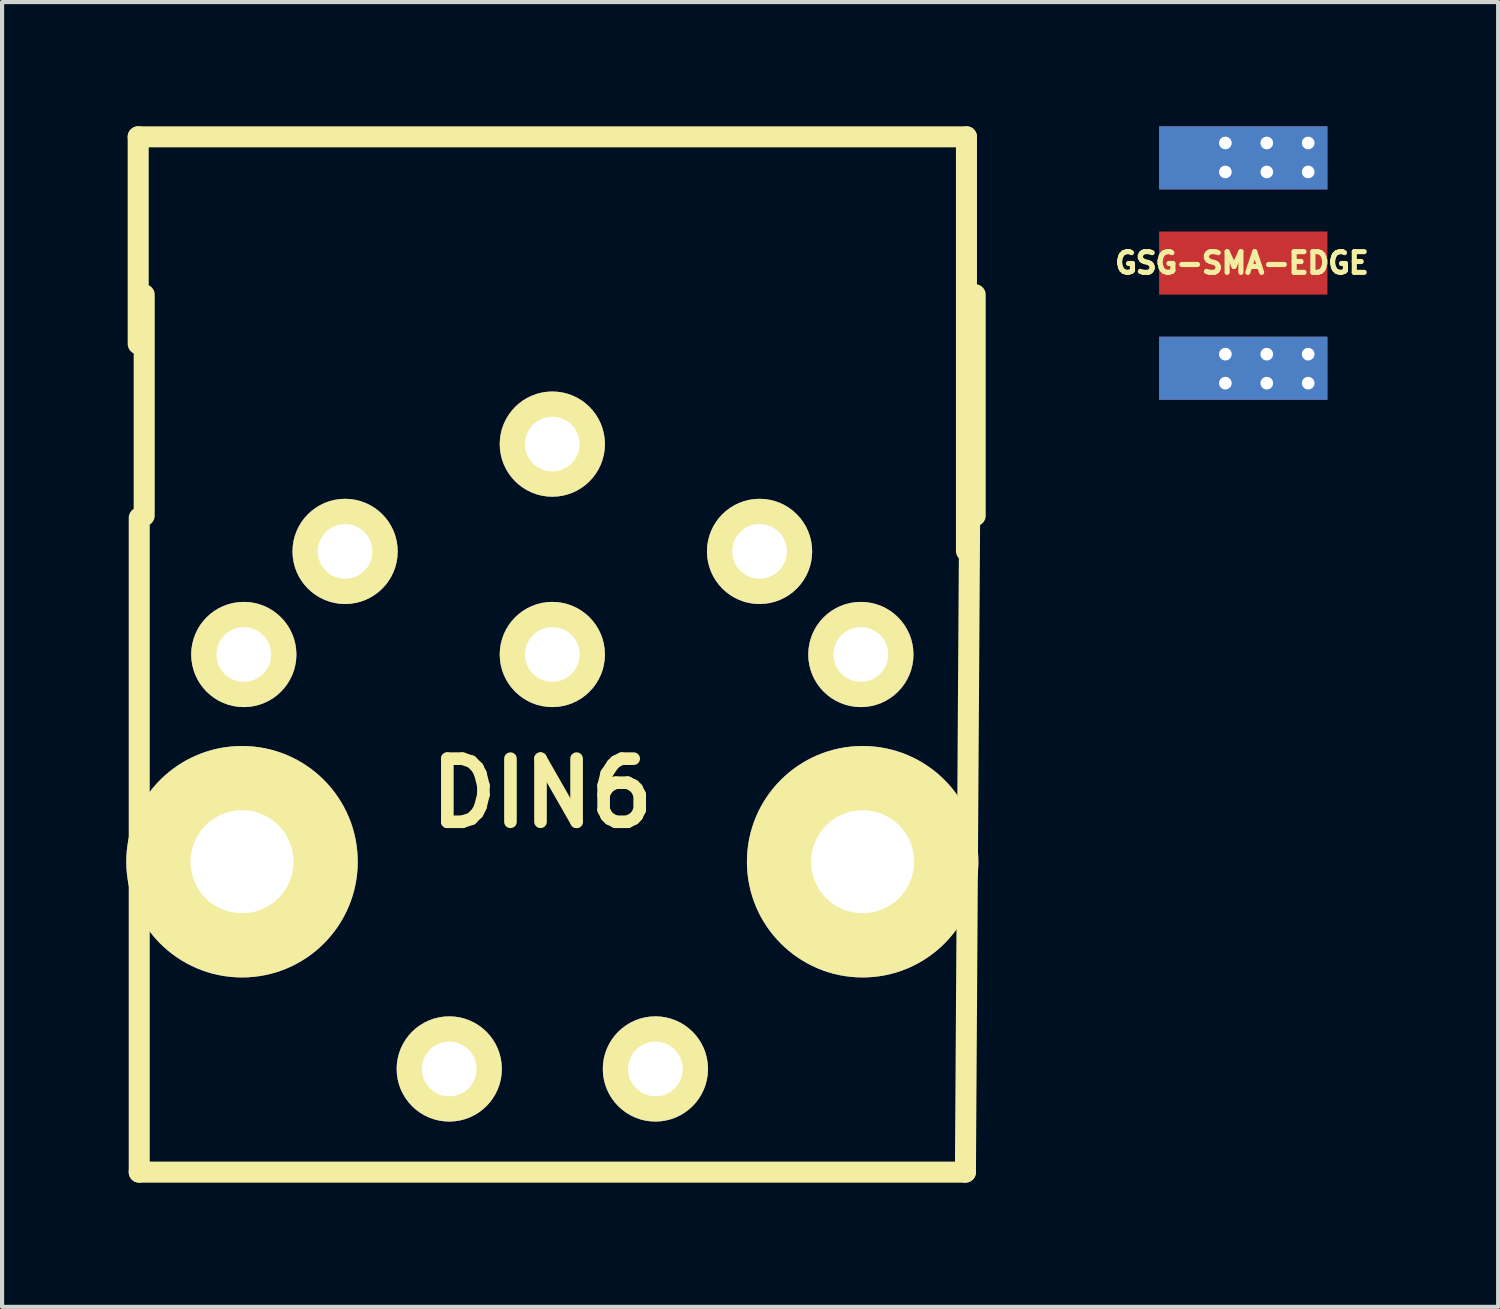
<source format=kicad_pcb>
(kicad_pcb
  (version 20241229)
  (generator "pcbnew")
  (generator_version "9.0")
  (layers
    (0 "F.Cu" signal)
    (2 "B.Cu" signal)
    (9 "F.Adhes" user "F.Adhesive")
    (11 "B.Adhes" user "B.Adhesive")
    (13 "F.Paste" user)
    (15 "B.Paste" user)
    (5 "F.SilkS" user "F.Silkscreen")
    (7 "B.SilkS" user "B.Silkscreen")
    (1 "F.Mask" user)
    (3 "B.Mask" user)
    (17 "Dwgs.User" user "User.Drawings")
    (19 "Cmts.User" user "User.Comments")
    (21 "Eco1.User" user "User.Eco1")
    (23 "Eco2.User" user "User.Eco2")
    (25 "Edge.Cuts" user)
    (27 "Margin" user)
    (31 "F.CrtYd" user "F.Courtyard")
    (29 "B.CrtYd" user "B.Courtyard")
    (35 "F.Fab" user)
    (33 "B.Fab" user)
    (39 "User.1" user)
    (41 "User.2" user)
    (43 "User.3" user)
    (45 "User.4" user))
  (footprint "GSG-SMA-EDGE"
    (layer "F.Cu")
    (at 24.939 3.302)
    (property "Reference" "GSG-SMA-EDGE" (at 1.999 0 0) (layer "F.SilkS") (effects (font (size 0.5 0.5) (thickness 0.124))))
    (attr through_hole)
    (pad "1" smd rect (at 2.032 0) (size 4.064 1.524) (layers "F.Cu" "F.Mask"))
    (pad "2" thru_hole circle (at 1.6 -2.9) (size 0.762 0.762) (drill 0.305) (layers "*.Cu" "*.Mask"))
    (pad "2" thru_hole circle (at 1.6 -2.2) (size 0.762 0.762) (drill 0.305) (layers "*.Cu" "*.Mask"))
    (pad "2" thru_hole circle (at 1.6 2.2) (size 0.762 0.762) (drill 0.305) (layers "*.Cu" "*.Mask"))
    (pad "2" thru_hole circle (at 1.6 2.9) (size 0.762 0.762) (drill 0.305) (layers "*.Cu" "*.Mask"))
    (pad "2" smd rect (at 2.032 2.54) (size 4.064 1.524) (layers "F.Cu" "F.Mask"))
    (pad "2" thru_hole circle (at 2.6 -2.9) (size 0.762 0.762) (drill 0.305) (layers "*.Cu" "*.Mask"))
    (pad "2" thru_hole circle (at 2.6 -2.2) (size 0.762 0.762) (drill 0.305) (layers "*.Cu" "*.Mask"))
    (pad "2" thru_hole circle (at 2.6 2.2) (size 0.762 0.762) (drill 0.305) (layers "*.Cu" "*.Mask"))
    (pad "2" thru_hole circle (at 2.6 2.9) (size 0.762 0.762) (drill 0.305) (layers "*.Cu" "*.Mask"))
    (pad "2" thru_hole circle (at 3.6 -2.9) (size 0.762 0.762) (drill 0.305) (layers "*.Cu" "*.Mask"))
    (pad "2" thru_hole circle (at 3.6 -2.2) (size 0.762 0.762) (drill 0.305) (layers "*.Cu" "*.Mask"))
    (pad "2" thru_hole circle (at 3.6 2.2) (size 0.762 0.762) (drill 0.305) (layers "*.Cu" "*.Mask"))
    (pad "2" thru_hole circle (at 3.6 2.9) (size 0.762 0.762) (drill 0.305) (layers "*.Cu" "*.Mask"))
    (pad "3" smd rect (at 2.032 -2.54) (size 4.064 1.524) (layers "F.Cu" "F.Mask"))
    (pad "4" smd rect (at 2.032 -2.54) (size 4.064 1.524) (layers "B.Cu" "B.Mask"))
    (pad "5" smd rect (at 2.032 2.54) (size 4.064 1.524) (layers "B.Cu" "B.Mask")))
  (footprint "DIN6"
    (layer "F.Cu")
    (at 10.287 12.754)
    (property "Reference" "DIN6" (at -0.249 3.35 0) (layer "F.SilkS") (effects (font (size 1.524 1.524) (thickness 0.305))))
    (attr through_hole)
    (fp_line (start -10 -12.5) (end -10 -7.5) (stroke (width 0.15) (type solid)) (layer "F.SilkS"))
    (fp_line (start -10 -12.5) (end 10 -12.5) (stroke (width 0.508) (type solid)) (layer "F.SilkS"))
    (fp_line (start -10 -7.5) (end -10 -12.5) (stroke (width 0.508) (type solid)) (layer "F.SilkS"))
    (fp_line (start -9.975 -3.299) (end -9.975 12.499) (stroke (width 0.508) (type solid)) (layer "F.SilkS"))
    (fp_line (start -9.975 12.499) (end 9.975 12.499) (stroke (width 0.508) (type solid)) (layer "F.SilkS"))
    (fp_line (start -9.855 -3.353) (end -9.855 -8.687) (stroke (width 0.508) (type solid)) (layer "F.SilkS"))
    (fp_line (start 9.975 12.499) (end 10.076 -3.274) (stroke (width 0.508) (type solid)) (layer "F.SilkS"))
    (fp_line (start 10 -12.5) (end -10 -12.5) (stroke (width 0.15) (type solid)) (layer "F.SilkS"))
    (fp_line (start 10 -12.5) (end 10 -2.5) (stroke (width 0.15) (type solid)) (layer "F.SilkS"))
    (fp_line (start 10 -12.5) (end 10 -2.5) (stroke (width 0.508) (type solid)) (layer "F.SilkS"))
    (fp_line (start 10 -2.5) (end 10 -12.5) (stroke (width 0.15) (type solid)) (layer "F.SilkS"))
    (fp_line (start 10.211 -8.687) (end 10.211 -3.353) (stroke (width 0.508) (type solid)) (layer "F.SilkS"))
    (fp_line (start 10.211 -3.353) (end 10.16 -2.896) (stroke (width 0.15) (type solid)) (layer "F.SilkS"))
    (pad "1" thru_hole circle (at 7.45 0) (size 2.54 2.54) (drill 1.321) (layers "*.Cu" "*.Mask" "F.SilkS"))
    (pad "2" thru_hole circle (at 0 0) (size 2.54 2.54) (drill 1.321) (layers "*.Cu" "*.Mask" "F.SilkS"))
    (pad "3" thru_hole circle (at -7.45 0) (size 2.54 2.54) (drill 1.321) (layers "*.Cu" "*.Mask" "F.SilkS"))
    (pad "4" thru_hole circle (at 5.004 -2.489) (size 2.54 2.54) (drill 1.321) (layers "*.Cu" "*.Mask" "F.SilkS"))
    (pad "5" thru_hole circle (at -5.004 -2.489) (size 2.54 2.54) (drill 1.321) (layers "*.Cu" "*.Mask" "F.SilkS"))
    (pad "6" thru_hole circle (at 0 -5.08) (size 2.54 2.54) (drill 1.321) (layers "*.Cu" "*.Mask" "F.SilkS"))
    (pad "7" thru_hole circle (at -7.493 5.004) (size 5.588 5.588) (drill 2.489) (layers "*.Cu" "*.Mask" "F.SilkS"))
    (pad "8" thru_hole circle (at 7.493 5.004) (size 5.588 5.588) (drill 2.489) (layers "*.Cu" "*.Mask" "F.SilkS"))
    (pad "9" thru_hole circle (at -2.489 10.008) (size 2.54 2.54) (drill 1.321) (layers "*.Cu" "*.Mask" "F.SilkS"))
    (pad "10" thru_hole circle (at 2.489 10.008) (size 2.54 2.54) (drill 1.321) (layers "*.Cu" "*.Mask" "F.SilkS")))
  (gr_rect
    (start -3 -3)
    (end 33.125 28.507)
    (stroke (width 0.1) (type default))
    (fill no)
    (layer "Edge.Cuts")))
</source>
